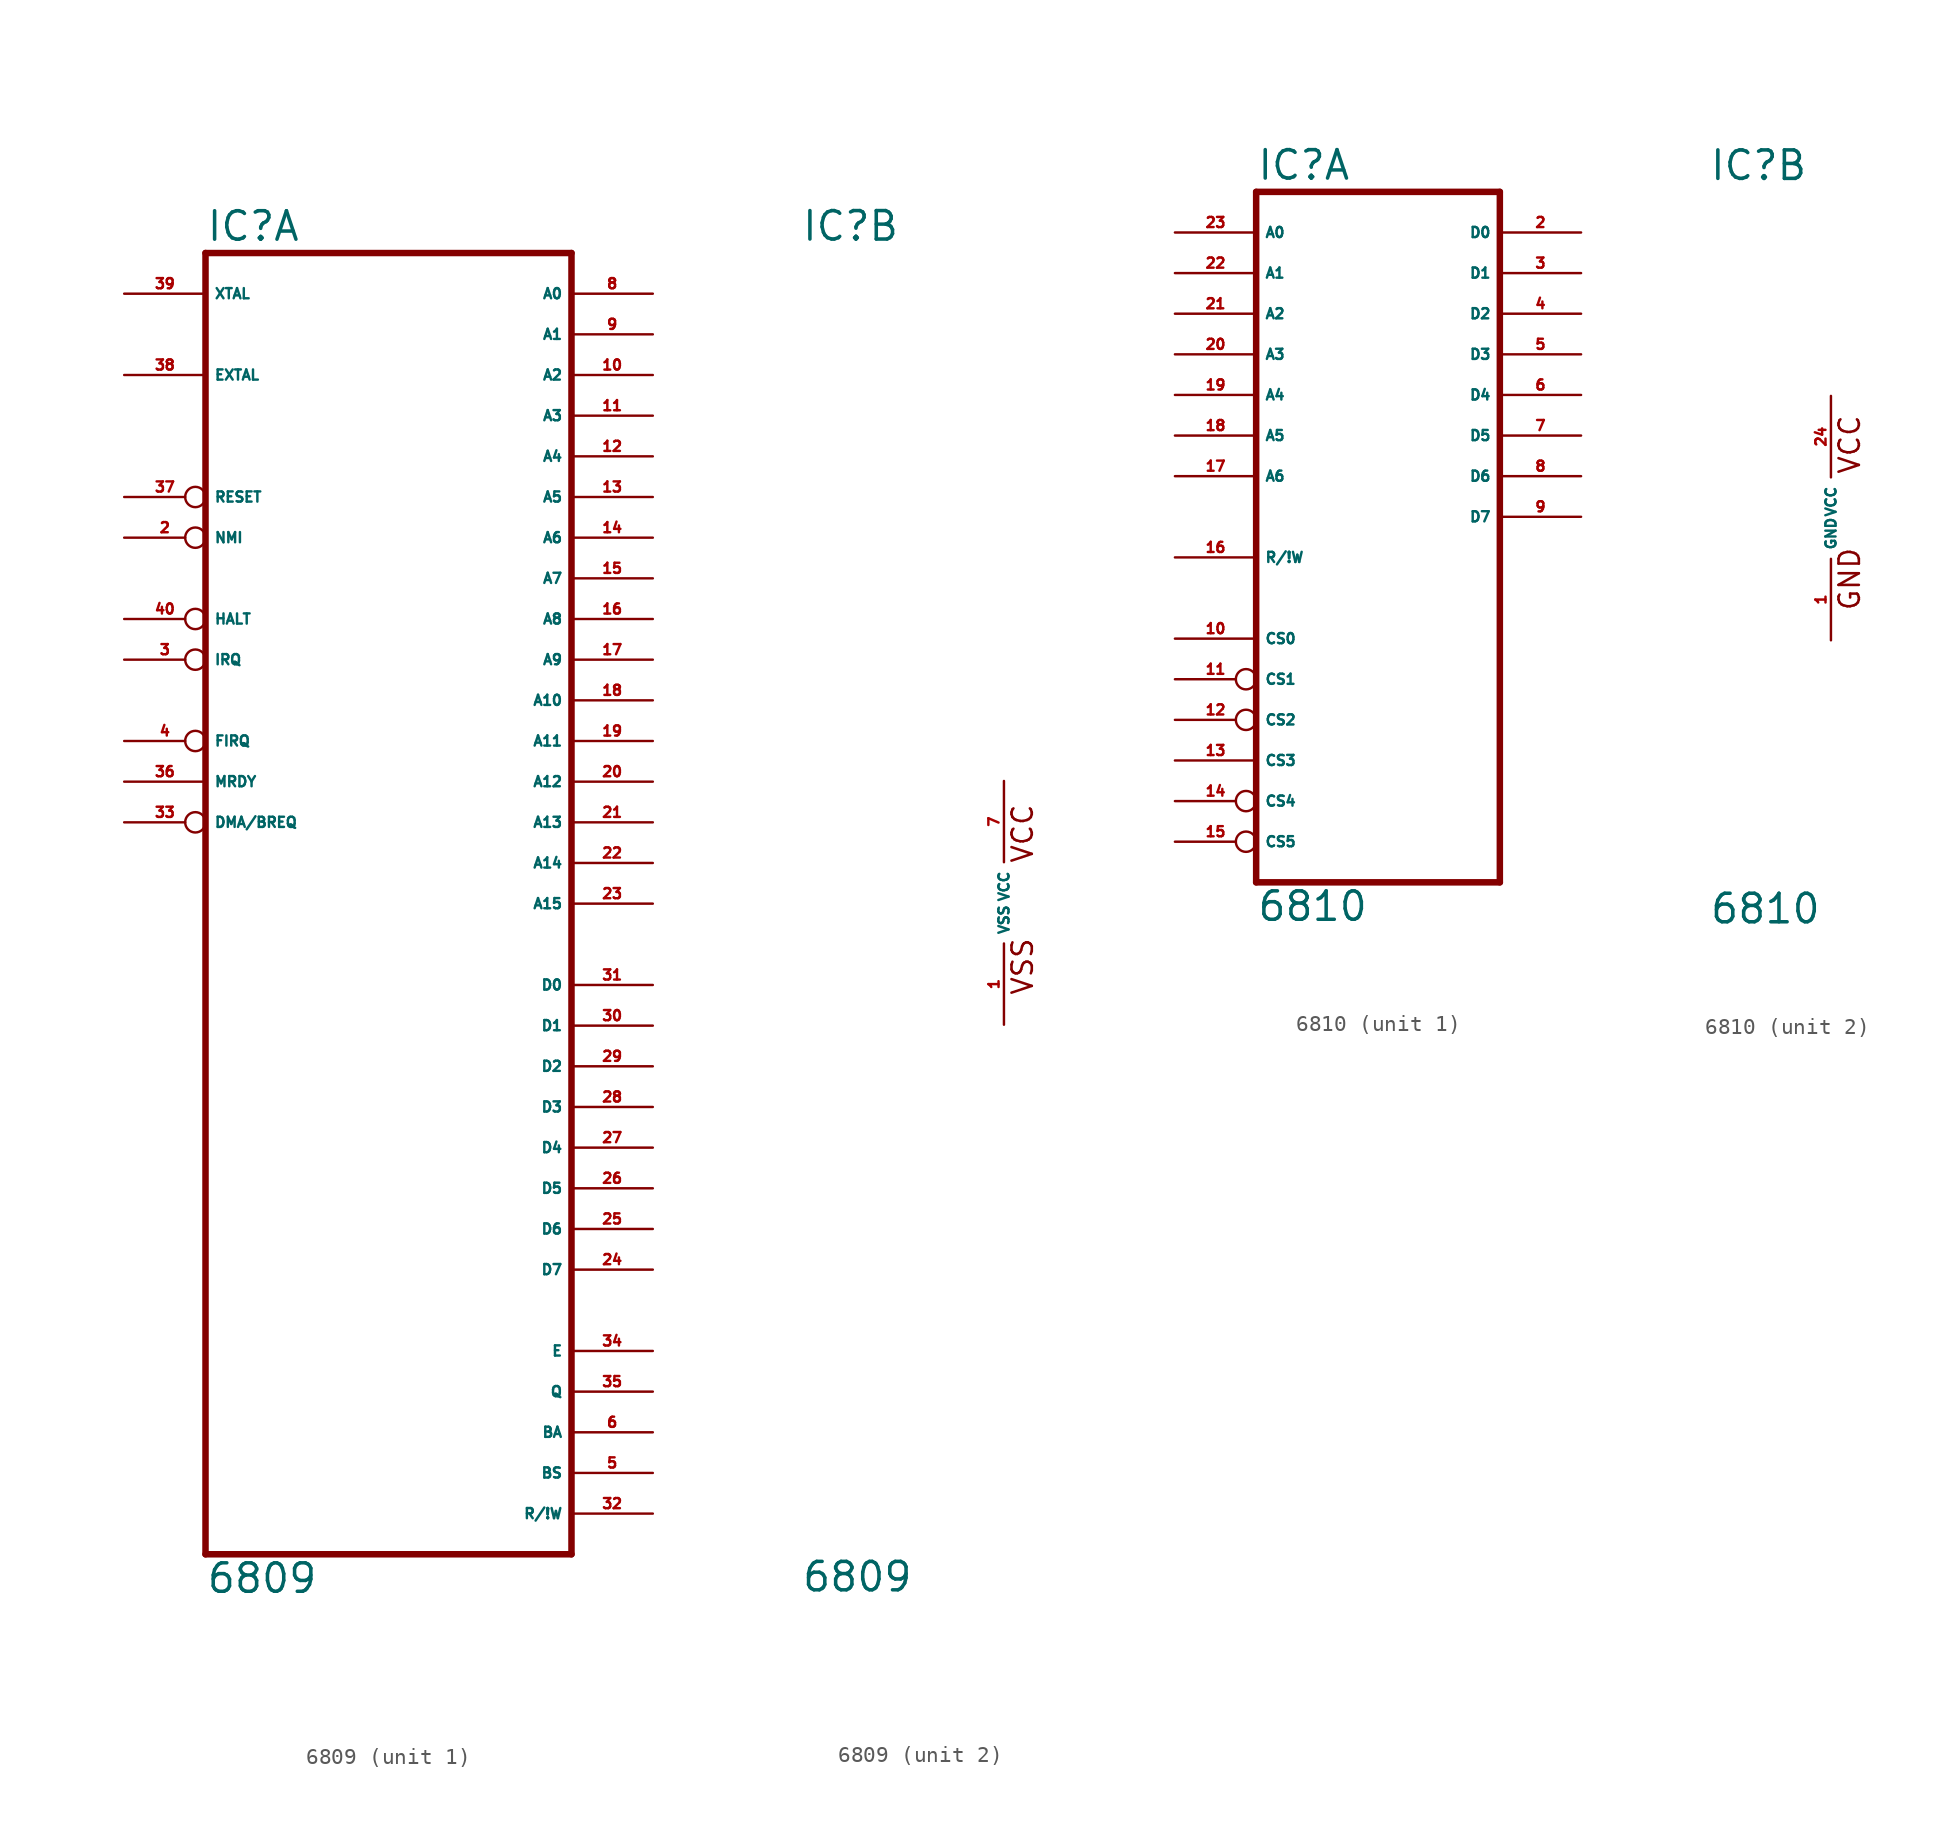
<source format=kicad_sym>
(kicad_symbol_lib
  (version 20220914)
  (generator Eagle2Kicad)
  (symbol "6809"
    (property "Reference" "IC"
      (at -12.7 41.275 0)
      (effects (font (size 1.778 1.778) (thickness 0.22)) (justify left bottom)))
    (property "Value" "6809"
      (at -12.7 -43.18 0)
      (effects (font (size 1.778 1.778) (thickness 0.22)) (justify left bottom)))
    (symbol "6809_1_0"
      (polyline (pts (xy -12.7 -40.64) (xy 10.16 -40.64)) (stroke (width 0.406) (type default)) (fill (type none)))
      (polyline (pts (xy 10.16 -40.64) (xy 10.16 40.64)) (stroke (width 0.406) (type default)) (fill (type none)))
      (polyline (pts (xy 10.16 40.64) (xy -12.7 40.64)) (stroke (width 0.406) (type default)) (fill (type none)))
      (polyline (pts (xy -12.7 40.64) (xy -12.7 -40.64)) (stroke (width 0.406) (type default)) (fill (type none)))
      (pin input inverted (at -17.78 22.86 0) (length 5.08) (name "NMI" (effects (font (size 0.635 0.635) (thickness 0.08)) (justify left bottom))) (number "2" (effects (font (size 0.635 0.635) (thickness 0.08)) (justify left bottom))))
      (pin input inverted (at -17.78 15.24 0) (length 5.08) (name "IRQ" (effects (font (size 0.635 0.635) (thickness 0.08)) (justify left bottom))) (number "3" (effects (font (size 0.635 0.635) (thickness 0.08)) (justify left bottom))))
      (pin input inverted (at -17.78 10.16 0) (length 5.08) (name "FIRQ" (effects (font (size 0.635 0.635) (thickness 0.08)) (justify left bottom))) (number "4" (effects (font (size 0.635 0.635) (thickness 0.08)) (justify left bottom))))
      (pin output line (at 15.24 -35.56 180) (length 5.08) (name "BS" (effects (font (size 0.635 0.635) (thickness 0.08)) (justify left bottom))) (number "5" (effects (font (size 0.635 0.635) (thickness 0.08)) (justify left bottom))))
      (pin output line (at 15.24 -33.02 180) (length 5.08) (name "BA" (effects (font (size 0.635 0.635) (thickness 0.08)) (justify left bottom))) (number "6" (effects (font (size 0.635 0.635) (thickness 0.08)) (justify left bottom))))
      (pin tri_state line (at 15.24 38.1 180) (length 5.08) (name "A0" (effects (font (size 0.635 0.635) (thickness 0.08)) (justify left bottom))) (number "8" (effects (font (size 0.635 0.635) (thickness 0.08)) (justify left bottom))))
      (pin tri_state line (at 15.24 35.56 180) (length 5.08) (name "A1" (effects (font (size 0.635 0.635) (thickness 0.08)) (justify left bottom))) (number "9" (effects (font (size 0.635 0.635) (thickness 0.08)) (justify left bottom))))
      (pin tri_state line (at 15.24 33.02 180) (length 5.08) (name "A2" (effects (font (size 0.635 0.635) (thickness 0.08)) (justify left bottom))) (number "10" (effects (font (size 0.635 0.635) (thickness 0.08)) (justify left bottom))))
      (pin tri_state line (at 15.24 30.48 180) (length 5.08) (name "A3" (effects (font (size 0.635 0.635) (thickness 0.08)) (justify left bottom))) (number "11" (effects (font (size 0.635 0.635) (thickness 0.08)) (justify left bottom))))
      (pin tri_state line (at 15.24 27.94 180) (length 5.08) (name "A4" (effects (font (size 0.635 0.635) (thickness 0.08)) (justify left bottom))) (number "12" (effects (font (size 0.635 0.635) (thickness 0.08)) (justify left bottom))))
      (pin tri_state line (at 15.24 25.4 180) (length 5.08) (name "A5" (effects (font (size 0.635 0.635) (thickness 0.08)) (justify left bottom))) (number "13" (effects (font (size 0.635 0.635) (thickness 0.08)) (justify left bottom))))
      (pin tri_state line (at 15.24 22.86 180) (length 5.08) (name "A6" (effects (font (size 0.635 0.635) (thickness 0.08)) (justify left bottom))) (number "14" (effects (font (size 0.635 0.635) (thickness 0.08)) (justify left bottom))))
      (pin tri_state line (at 15.24 20.32 180) (length 5.08) (name "A7" (effects (font (size 0.635 0.635) (thickness 0.08)) (justify left bottom))) (number "15" (effects (font (size 0.635 0.635) (thickness 0.08)) (justify left bottom))))
      (pin tri_state line (at 15.24 17.78 180) (length 5.08) (name "A8" (effects (font (size 0.635 0.635) (thickness 0.08)) (justify left bottom))) (number "16" (effects (font (size 0.635 0.635) (thickness 0.08)) (justify left bottom))))
      (pin tri_state line (at 15.24 15.24 180) (length 5.08) (name "A9" (effects (font (size 0.635 0.635) (thickness 0.08)) (justify left bottom))) (number "17" (effects (font (size 0.635 0.635) (thickness 0.08)) (justify left bottom))))
      (pin tri_state line (at 15.24 12.7 180) (length 5.08) (name "A10" (effects (font (size 0.635 0.635) (thickness 0.08)) (justify left bottom))) (number "18" (effects (font (size 0.635 0.635) (thickness 0.08)) (justify left bottom))))
      (pin tri_state line (at 15.24 10.16 180) (length 5.08) (name "A11" (effects (font (size 0.635 0.635) (thickness 0.08)) (justify left bottom))) (number "19" (effects (font (size 0.635 0.635) (thickness 0.08)) (justify left bottom))))
      (pin tri_state line (at 15.24 7.62 180) (length 5.08) (name "A12" (effects (font (size 0.635 0.635) (thickness 0.08)) (justify left bottom))) (number "20" (effects (font (size 0.635 0.635) (thickness 0.08)) (justify left bottom))))
      (pin tri_state line (at 15.24 5.08 180) (length 5.08) (name "A13" (effects (font (size 0.635 0.635) (thickness 0.08)) (justify left bottom))) (number "21" (effects (font (size 0.635 0.635) (thickness 0.08)) (justify left bottom))))
      (pin tri_state line (at 15.24 2.54 180) (length 5.08) (name "A14" (effects (font (size 0.635 0.635) (thickness 0.08)) (justify left bottom))) (number "22" (effects (font (size 0.635 0.635) (thickness 0.08)) (justify left bottom))))
      (pin tri_state line (at 15.24 0 180) (length 5.08) (name "A15" (effects (font (size 0.635 0.635) (thickness 0.08)) (justify left bottom))) (number "23" (effects (font (size 0.635 0.635) (thickness 0.08)) (justify left bottom))))
      (pin bidirectional line (at 15.24 -22.86 180) (length 5.08) (name "D7" (effects (font (size 0.635 0.635) (thickness 0.08)) (justify left bottom))) (number "24" (effects (font (size 0.635 0.635) (thickness 0.08)) (justify left bottom))))
      (pin bidirectional line (at 15.24 -20.32 180) (length 5.08) (name "D6" (effects (font (size 0.635 0.635) (thickness 0.08)) (justify left bottom))) (number "25" (effects (font (size 0.635 0.635) (thickness 0.08)) (justify left bottom))))
      (pin bidirectional line (at 15.24 -17.78 180) (length 5.08) (name "D5" (effects (font (size 0.635 0.635) (thickness 0.08)) (justify left bottom))) (number "26" (effects (font (size 0.635 0.635) (thickness 0.08)) (justify left bottom))))
      (pin bidirectional line (at 15.24 -15.24 180) (length 5.08) (name "D4" (effects (font (size 0.635 0.635) (thickness 0.08)) (justify left bottom))) (number "27" (effects (font (size 0.635 0.635) (thickness 0.08)) (justify left bottom))))
      (pin bidirectional line (at 15.24 -12.7 180) (length 5.08) (name "D3" (effects (font (size 0.635 0.635) (thickness 0.08)) (justify left bottom))) (number "28" (effects (font (size 0.635 0.635) (thickness 0.08)) (justify left bottom))))
      (pin bidirectional line (at 15.24 -10.16 180) (length 5.08) (name "D2" (effects (font (size 0.635 0.635) (thickness 0.08)) (justify left bottom))) (number "29" (effects (font (size 0.635 0.635) (thickness 0.08)) (justify left bottom))))
      (pin bidirectional line (at 15.24 -7.62 180) (length 5.08) (name "D1" (effects (font (size 0.635 0.635) (thickness 0.08)) (justify left bottom))) (number "30" (effects (font (size 0.635 0.635) (thickness 0.08)) (justify left bottom))))
      (pin bidirectional line (at 15.24 -5.08 180) (length 5.08) (name "D0" (effects (font (size 0.635 0.635) (thickness 0.08)) (justify left bottom))) (number "31" (effects (font (size 0.635 0.635) (thickness 0.08)) (justify left bottom))))
      (pin output line (at 15.24 -38.1 180) (length 5.08) (name "R/!W" (effects (font (size 0.635 0.635) (thickness 0.08)) (justify left bottom))) (number "32" (effects (font (size 0.635 0.635) (thickness 0.08)) (justify left bottom))))
      (pin input inverted (at -17.78 5.08 0) (length 5.08) (name "DMA/BREQ" (effects (font (size 0.635 0.635) (thickness 0.08)) (justify left bottom))) (number "33" (effects (font (size 0.635 0.635) (thickness 0.08)) (justify left bottom))))
      (pin output line (at 15.24 -27.94 180) (length 5.08) (name "E" (effects (font (size 0.635 0.635) (thickness 0.08)) (justify left bottom))) (number "34" (effects (font (size 0.635 0.635) (thickness 0.08)) (justify left bottom))))
      (pin output line (at 15.24 -30.48 180) (length 5.08) (name "Q" (effects (font (size 0.635 0.635) (thickness 0.08)) (justify left bottom))) (number "35" (effects (font (size 0.635 0.635) (thickness 0.08)) (justify left bottom))))
      (pin input line (at -17.78 7.62 0) (length 5.08) (name "MRDY" (effects (font (size 0.635 0.635) (thickness 0.08)) (justify left bottom))) (number "36" (effects (font (size 0.635 0.635) (thickness 0.08)) (justify left bottom))))
      (pin input inverted (at -17.78 25.4 0) (length 5.08) (name "RESET" (effects (font (size 0.635 0.635) (thickness 0.08)) (justify left bottom))) (number "37" (effects (font (size 0.635 0.635) (thickness 0.08)) (justify left bottom))))
      (pin input line (at -17.78 33.02 0) (length 5.08) (name "EXTAL" (effects (font (size 0.635 0.635) (thickness 0.08)) (justify left bottom))) (number "38" (effects (font (size 0.635 0.635) (thickness 0.08)) (justify left bottom))))
      (pin input line (at -17.78 38.1 0) (length 5.08) (name "XTAL" (effects (font (size 0.635 0.635) (thickness 0.08)) (justify left bottom))) (number "39" (effects (font (size 0.635 0.635) (thickness 0.08)) (justify left bottom))))
      (pin input inverted (at -17.78 17.78 0) (length 5.08) (name "HALT" (effects (font (size 0.635 0.635) (thickness 0.08)) (justify left bottom))) (number "40" (effects (font (size 0.635 0.635) (thickness 0.08)) (justify left bottom)))))
    (symbol "6809_2_0"
      (text "VSS" (at 1.905 -5.842 900) (effects (font (size 1.27 1.27) (thickness 0.16)) (justify left bottom)))
      (text "VCC" (at 1.905 2.413 900) (effects (font (size 1.27 1.27) (thickness 0.16)) (justify left bottom)))
      (pin unspecified line (at 0 -7.62 90) (length 5.08) (name "VSS" (effects (font (size 0.635 0.635) (thickness 0.08)) (justify left bottom))) (number "1" (effects (font (size 0.635 0.635) (thickness 0.08)) (justify left bottom))))
      (pin unspecified line (at 0 7.62 270) (length 5.08) (name "VCC" (effects (font (size 0.635 0.635) (thickness 0.08)) (justify left bottom))) (number "7" (effects (font (size 0.635 0.635) (thickness 0.08)) (justify left bottom))))))
  (symbol "6810"
    (property "Reference" "IC"
      (at -7.62 20.955 0)
      (effects (font (size 1.778 1.778) (thickness 0.22)) (justify left bottom)))
    (property "Value" "6810"
      (at -7.62 -25.4 0)
      (effects (font (size 1.778 1.778) (thickness 0.22)) (justify left bottom)))
    (symbol "6810_1_0"
      (polyline (pts (xy -7.62 -22.86) (xy 7.62 -22.86)) (stroke (width 0.406) (type default)) (fill (type none)))
      (polyline (pts (xy 7.62 -22.86) (xy 7.62 20.32)) (stroke (width 0.406) (type default)) (fill (type none)))
      (polyline (pts (xy 7.62 20.32) (xy -7.62 20.32)) (stroke (width 0.406) (type default)) (fill (type none)))
      (polyline (pts (xy -7.62 20.32) (xy -7.62 -22.86)) (stroke (width 0.406) (type default)) (fill (type none)))
      (pin bidirectional line (at 12.7 17.78 180) (length 5.08) (name "D0" (effects (font (size 0.635 0.635) (thickness 0.08)) (justify left bottom))) (number "2" (effects (font (size 0.635 0.635) (thickness 0.08)) (justify left bottom))))
      (pin bidirectional line (at 12.7 15.24 180) (length 5.08) (name "D1" (effects (font (size 0.635 0.635) (thickness 0.08)) (justify left bottom))) (number "3" (effects (font (size 0.635 0.635) (thickness 0.08)) (justify left bottom))))
      (pin bidirectional line (at 12.7 12.7 180) (length 5.08) (name "D2" (effects (font (size 0.635 0.635) (thickness 0.08)) (justify left bottom))) (number "4" (effects (font (size 0.635 0.635) (thickness 0.08)) (justify left bottom))))
      (pin bidirectional line (at 12.7 10.16 180) (length 5.08) (name "D3" (effects (font (size 0.635 0.635) (thickness 0.08)) (justify left bottom))) (number "5" (effects (font (size 0.635 0.635) (thickness 0.08)) (justify left bottom))))
      (pin bidirectional line (at 12.7 7.62 180) (length 5.08) (name "D4" (effects (font (size 0.635 0.635) (thickness 0.08)) (justify left bottom))) (number "6" (effects (font (size 0.635 0.635) (thickness 0.08)) (justify left bottom))))
      (pin bidirectional line (at 12.7 5.08 180) (length 5.08) (name "D5" (effects (font (size 0.635 0.635) (thickness 0.08)) (justify left bottom))) (number "7" (effects (font (size 0.635 0.635) (thickness 0.08)) (justify left bottom))))
      (pin bidirectional line (at 12.7 2.54 180) (length 5.08) (name "D6" (effects (font (size 0.635 0.635) (thickness 0.08)) (justify left bottom))) (number "8" (effects (font (size 0.635 0.635) (thickness 0.08)) (justify left bottom))))
      (pin bidirectional line (at 12.7 0 180) (length 5.08) (name "D7" (effects (font (size 0.635 0.635) (thickness 0.08)) (justify left bottom))) (number "9" (effects (font (size 0.635 0.635) (thickness 0.08)) (justify left bottom))))
      (pin input line (at -12.7 -7.62 0) (length 5.08) (name "CS0" (effects (font (size 0.635 0.635) (thickness 0.08)) (justify left bottom))) (number "10" (effects (font (size 0.635 0.635) (thickness 0.08)) (justify left bottom))))
      (pin input inverted (at -12.7 -10.16 0) (length 5.08) (name "CS1" (effects (font (size 0.635 0.635) (thickness 0.08)) (justify left bottom))) (number "11" (effects (font (size 0.635 0.635) (thickness 0.08)) (justify left bottom))))
      (pin input inverted (at -12.7 -12.7 0) (length 5.08) (name "CS2" (effects (font (size 0.635 0.635) (thickness 0.08)) (justify left bottom))) (number "12" (effects (font (size 0.635 0.635) (thickness 0.08)) (justify left bottom))))
      (pin input line (at -12.7 -15.24 0) (length 5.08) (name "CS3" (effects (font (size 0.635 0.635) (thickness 0.08)) (justify left bottom))) (number "13" (effects (font (size 0.635 0.635) (thickness 0.08)) (justify left bottom))))
      (pin input inverted (at -12.7 -17.78 0) (length 5.08) (name "CS4" (effects (font (size 0.635 0.635) (thickness 0.08)) (justify left bottom))) (number "14" (effects (font (size 0.635 0.635) (thickness 0.08)) (justify left bottom))))
      (pin input inverted (at -12.7 -20.32 0) (length 5.08) (name "CS5" (effects (font (size 0.635 0.635) (thickness 0.08)) (justify left bottom))) (number "15" (effects (font (size 0.635 0.635) (thickness 0.08)) (justify left bottom))))
      (pin input line (at -12.7 -2.54 0) (length 5.08) (name "R/!W" (effects (font (size 0.635 0.635) (thickness 0.08)) (justify left bottom))) (number "16" (effects (font (size 0.635 0.635) (thickness 0.08)) (justify left bottom))))
      (pin input line (at -12.7 2.54 0) (length 5.08) (name "A6" (effects (font (size 0.635 0.635) (thickness 0.08)) (justify left bottom))) (number "17" (effects (font (size 0.635 0.635) (thickness 0.08)) (justify left bottom))))
      (pin input line (at -12.7 5.08 0) (length 5.08) (name "A5" (effects (font (size 0.635 0.635) (thickness 0.08)) (justify left bottom))) (number "18" (effects (font (size 0.635 0.635) (thickness 0.08)) (justify left bottom))))
      (pin input line (at -12.7 7.62 0) (length 5.08) (name "A4" (effects (font (size 0.635 0.635) (thickness 0.08)) (justify left bottom))) (number "19" (effects (font (size 0.635 0.635) (thickness 0.08)) (justify left bottom))))
      (pin input line (at -12.7 10.16 0) (length 5.08) (name "A3" (effects (font (size 0.635 0.635) (thickness 0.08)) (justify left bottom))) (number "20" (effects (font (size 0.635 0.635) (thickness 0.08)) (justify left bottom))))
      (pin input line (at -12.7 12.7 0) (length 5.08) (name "A2" (effects (font (size 0.635 0.635) (thickness 0.08)) (justify left bottom))) (number "21" (effects (font (size 0.635 0.635) (thickness 0.08)) (justify left bottom))))
      (pin input line (at -12.7 15.24 0) (length 5.08) (name "A1" (effects (font (size 0.635 0.635) (thickness 0.08)) (justify left bottom))) (number "22" (effects (font (size 0.635 0.635) (thickness 0.08)) (justify left bottom))))
      (pin input line (at -12.7 17.78 0) (length 5.08) (name "A0" (effects (font (size 0.635 0.635) (thickness 0.08)) (justify left bottom))) (number "23" (effects (font (size 0.635 0.635) (thickness 0.08)) (justify left bottom)))))
    (symbol "6810_2_0"
      (text "GND" (at 1.905 -5.842 900) (effects (font (size 1.27 1.27) (thickness 0.16)) (justify left bottom)))
      (text "VCC" (at 1.905 2.667 900) (effects (font (size 1.27 1.27) (thickness 0.16)) (justify left bottom)))
      (pin unspecified line (at 0 -7.62 90) (length 5.08) (name "GND" (effects (font (size 0.635 0.635) (thickness 0.08)) (justify left bottom))) (number "1" (effects (font (size 0.635 0.635) (thickness 0.08)) (justify left bottom))))
      (pin unspecified line (at 0 7.62 270) (length 5.08) (name "VCC" (effects (font (size 0.635 0.635) (thickness 0.08)) (justify left bottom))) (number "24" (effects (font (size 0.635 0.635) (thickness 0.08)) (justify left bottom)))))))
</source>
